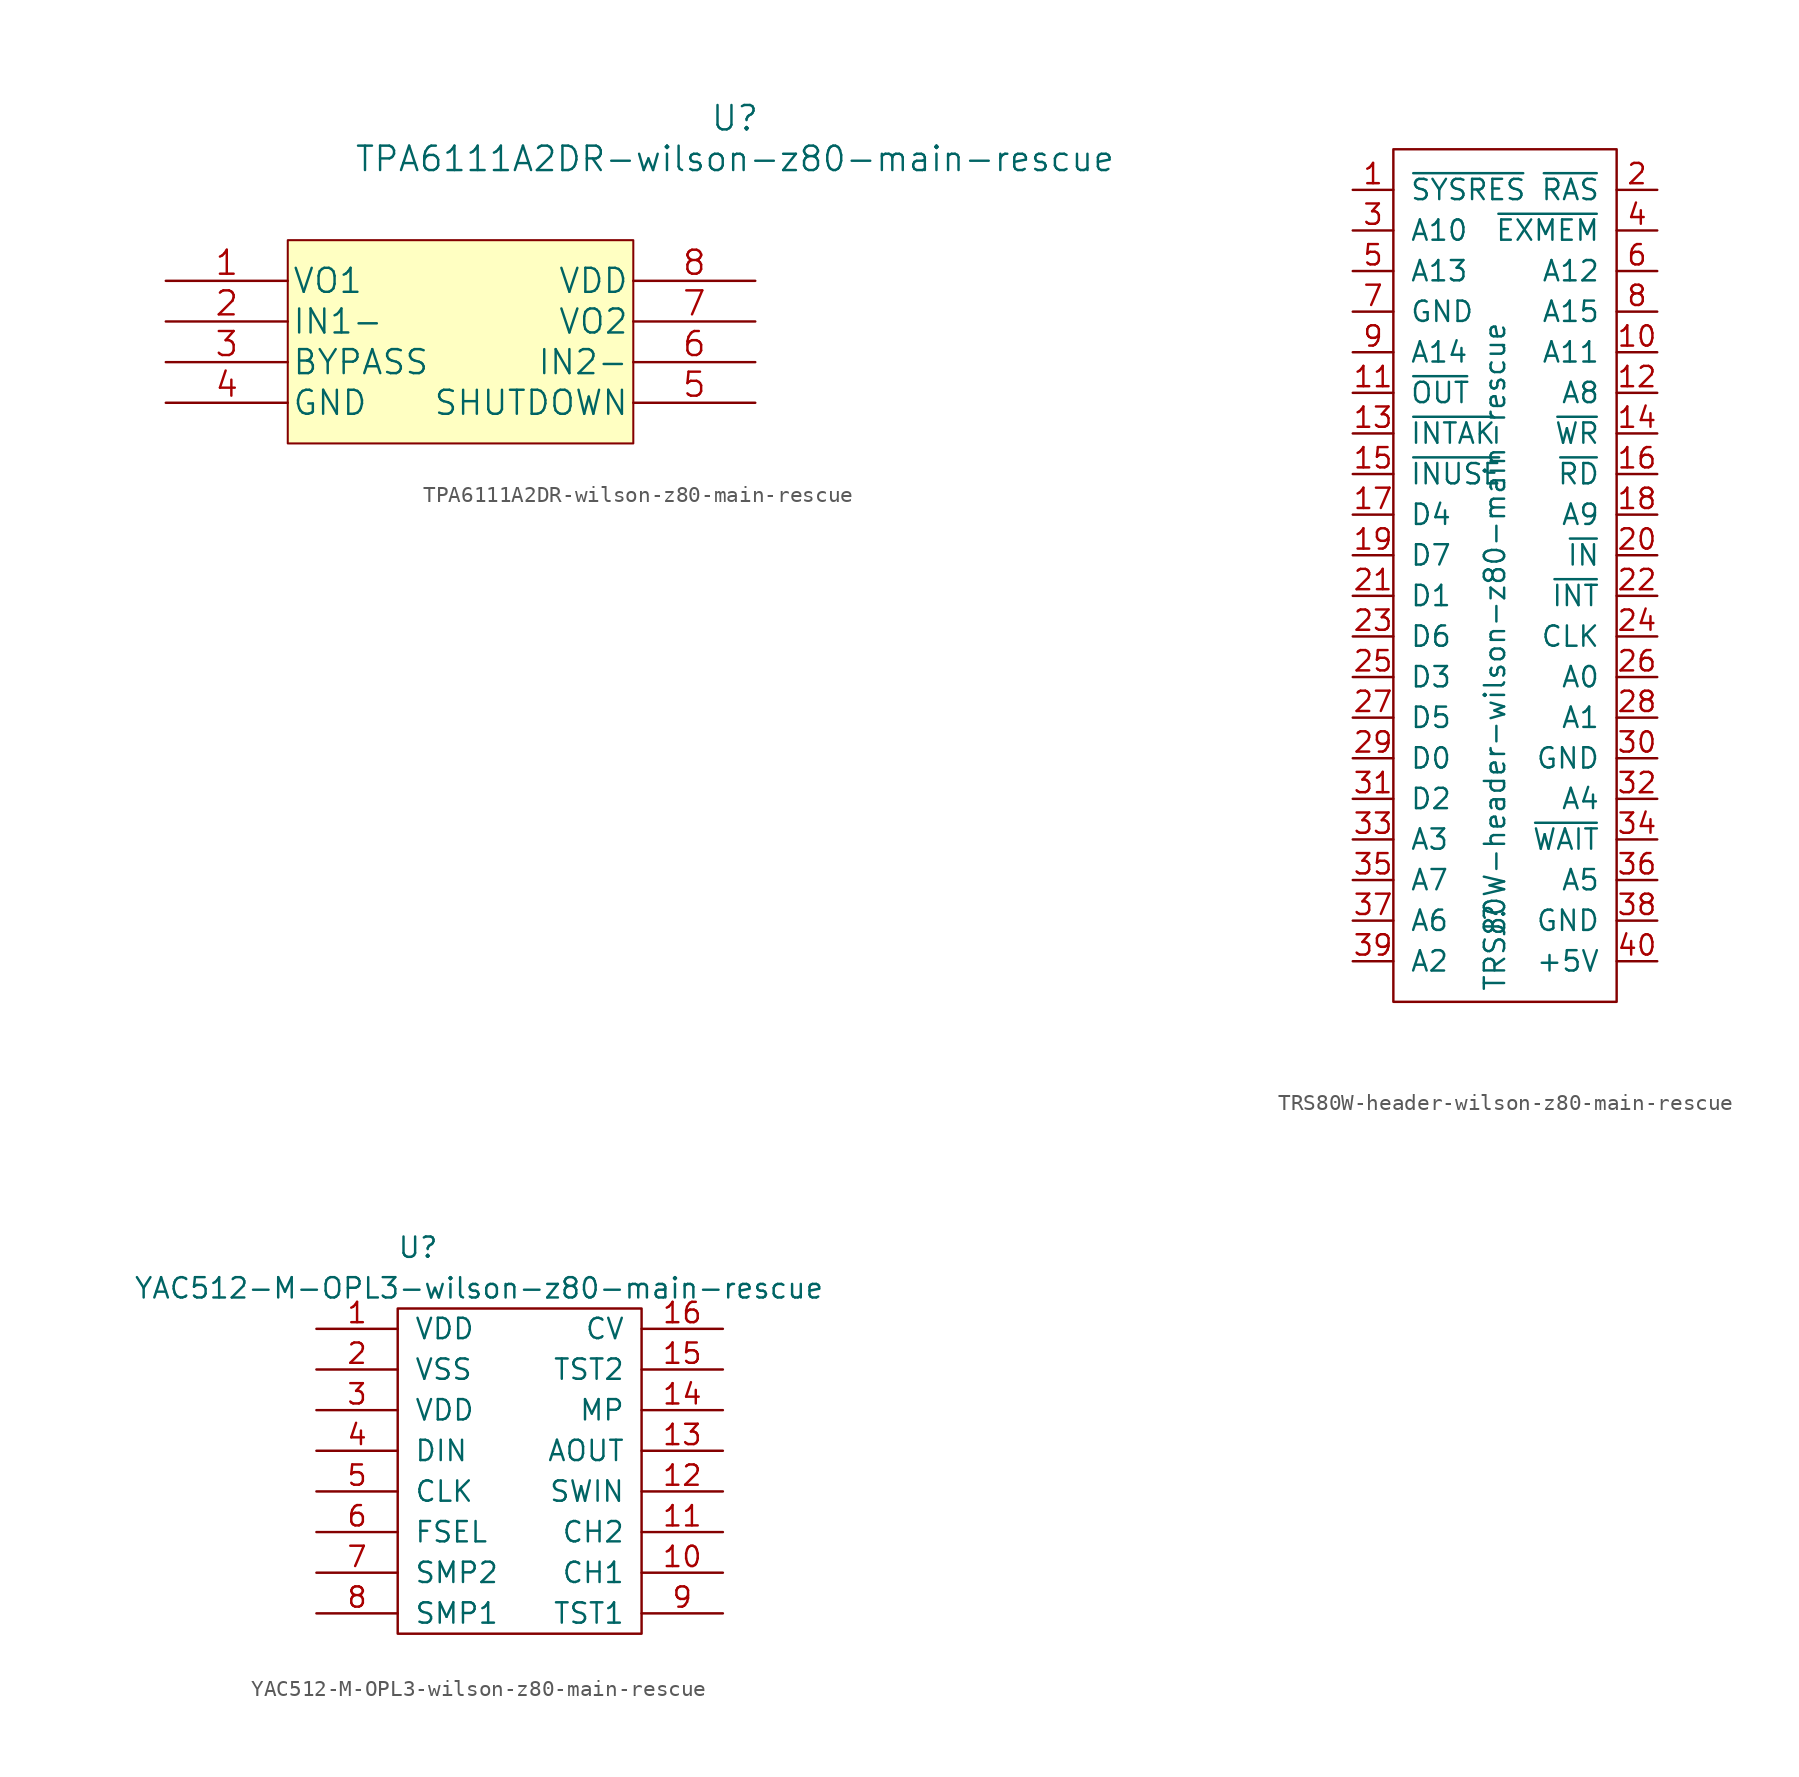
<source format=kicad_sym>
(kicad_symbol_lib
  (version 20220914)
  (generator kicad_symbol_editor)
  (symbol "TPA6111A2DR-wilson-z80-main-rescue"
    (pin_names
      (offset 0.254))
    (property "Reference" "U"
      (at 35.56 10.16 0)
      (effects (font (size 1.524 1.524))))
    (property "Value" "TPA6111A2DR-wilson-z80-main-rescue"
      (at 35.56 7.62 0)
      (effects (font (size 1.524 1.524))))
    (property "Datasheet" ""
      (at 0 0 0)
      (effects (font (size 1.524 1.524))))
    (symbol "TPA6111A2DR-wilson-z80-main-rescue_1_1"
      (rectangle (start 7.62 2.54) (end 29.21 -10.16) (stroke (width 0.127) (type solid)) (fill (type background)))
      (pin output line (at 0 0 0) (length 7.62) (name "VO1" (effects (font (size 1.499 1.499)))) (number "1" (effects (font (size 1.499 1.499)))))
      (pin input line (at 0 -2.54 0) (length 7.62) (name "IN1-" (effects (font (size 1.499 1.499)))) (number "2" (effects (font (size 1.499 1.499)))))
      (pin input line (at 0 -5.08 0) (length 7.62) (name "BYPASS" (effects (font (size 1.499 1.499)))) (number "3" (effects (font (size 1.499 1.499)))))
      (pin power_in line (at 0 -7.62 0) (length 7.62) (name "GND" (effects (font (size 1.499 1.499)))) (number "4" (effects (font (size 1.499 1.499)))))
      (pin input line (at 36.83 -7.62 180) (length 7.62) (name "SHUTDOWN" (effects (font (size 1.499 1.499)))) (number "5" (effects (font (size 1.499 1.499)))))
      (pin input line (at 36.83 -5.08 180) (length 7.62) (name "IN2-" (effects (font (size 1.499 1.499)))) (number "6" (effects (font (size 1.499 1.499)))))
      (pin output line (at 36.83 -2.54 180) (length 7.62) (name "VO2" (effects (font (size 1.499 1.499)))) (number "7" (effects (font (size 1.499 1.499)))))
      (pin power_in line (at 36.83 0 180) (length 7.62) (name "VDD" (effects (font (size 1.499 1.499)))) (number "8" (effects (font (size 1.499 1.499)))))))
  (symbol "TRS80W-header-wilson-z80-main-rescue"
    (pin_names
      (offset 1.016))
    (property "Reference" "J"
      (at 0 -22.86 90)
      (effects (font (size 1.27 1.27))))
    (property "Value" "TRS80W-header-wilson-z80-main-rescue"
      (at 0 -6.35 90)
      (effects (font (size 1.27 1.27))))
    (symbol "TRS80W-header-wilson-z80-main-rescue_0_1"
      (rectangle (start -6.35 25.4) (end 7.62 -27.94) (stroke (width 0) (type solid)) (fill (type none))))
    (symbol "TRS80W-header-wilson-z80-main-rescue_1_1"
      (pin passive line (at -8.89 22.86 0) (length 2.54) (name "~{SYSRES}" (effects (font (size 1.27 1.27)))) (number "1" (effects (font (size 1.27 1.27)))))
      (pin passive line (at 10.16 12.7 180) (length 2.54) (name "A11" (effects (font (size 1.27 1.27)))) (number "10" (effects (font (size 1.27 1.27)))))
      (pin passive line (at -8.89 10.16 0) (length 2.54) (name "~{OUT}" (effects (font (size 1.27 1.27)))) (number "11" (effects (font (size 1.27 1.27)))))
      (pin passive line (at 10.16 10.16 180) (length 2.54) (name "A8" (effects (font (size 1.27 1.27)))) (number "12" (effects (font (size 1.27 1.27)))))
      (pin passive line (at -8.89 7.62 0) (length 2.54) (name "~{INTAK}" (effects (font (size 1.27 1.27)))) (number "13" (effects (font (size 1.27 1.27)))))
      (pin passive line (at 10.16 7.62 180) (length 2.54) (name "~{WR}" (effects (font (size 1.27 1.27)))) (number "14" (effects (font (size 1.27 1.27)))))
      (pin passive line (at -8.89 5.08 0) (length 2.54) (name "~{INUSE}" (effects (font (size 1.27 1.27)))) (number "15" (effects (font (size 1.27 1.27)))))
      (pin passive line (at 10.16 5.08 180) (length 2.54) (name "~{RD}" (effects (font (size 1.27 1.27)))) (number "16" (effects (font (size 1.27 1.27)))))
      (pin passive line (at -8.89 2.54 0) (length 2.54) (name "D4" (effects (font (size 1.27 1.27)))) (number "17" (effects (font (size 1.27 1.27)))))
      (pin passive line (at 10.16 2.54 180) (length 2.54) (name "A9" (effects (font (size 1.27 1.27)))) (number "18" (effects (font (size 1.27 1.27)))))
      (pin passive line (at -8.89 0 0) (length 2.54) (name "D7" (effects (font (size 1.27 1.27)))) (number "19" (effects (font (size 1.27 1.27)))))
      (pin passive line (at 10.16 22.86 180) (length 2.54) (name "~{RAS}" (effects (font (size 1.27 1.27)))) (number "2" (effects (font (size 1.27 1.27)))))
      (pin passive line (at 10.16 0 180) (length 2.54) (name "~{IN}" (effects (font (size 1.27 1.27)))) (number "20" (effects (font (size 1.27 1.27)))))
      (pin passive line (at -8.89 -2.54 0) (length 2.54) (name "D1" (effects (font (size 1.27 1.27)))) (number "21" (effects (font (size 1.27 1.27)))))
      (pin passive line (at 10.16 -2.54 180) (length 2.54) (name "~{INT}" (effects (font (size 1.27 1.27)))) (number "22" (effects (font (size 1.27 1.27)))))
      (pin passive line (at -8.89 -5.08 0) (length 2.54) (name "D6" (effects (font (size 1.27 1.27)))) (number "23" (effects (font (size 1.27 1.27)))))
      (pin passive line (at 10.16 -5.08 180) (length 2.54) (name "CLK" (effects (font (size 1.27 1.27)))) (number "24" (effects (font (size 1.27 1.27)))))
      (pin passive line (at -8.89 -7.62 0) (length 2.54) (name "D3" (effects (font (size 1.27 1.27)))) (number "25" (effects (font (size 1.27 1.27)))))
      (pin passive line (at 10.16 -7.62 180) (length 2.54) (name "A0" (effects (font (size 1.27 1.27)))) (number "26" (effects (font (size 1.27 1.27)))))
      (pin passive line (at -8.89 -10.16 0) (length 2.54) (name "D5" (effects (font (size 1.27 1.27)))) (number "27" (effects (font (size 1.27 1.27)))))
      (pin passive line (at 10.16 -10.16 180) (length 2.54) (name "A1" (effects (font (size 1.27 1.27)))) (number "28" (effects (font (size 1.27 1.27)))))
      (pin passive line (at -8.89 -12.7 0) (length 2.54) (name "D0" (effects (font (size 1.27 1.27)))) (number "29" (effects (font (size 1.27 1.27)))))
      (pin passive line (at -8.89 20.32 0) (length 2.54) (name "A10" (effects (font (size 1.27 1.27)))) (number "3" (effects (font (size 1.27 1.27)))))
      (pin passive line (at 10.16 -12.7 180) (length 2.54) (name "GND" (effects (font (size 1.27 1.27)))) (number "30" (effects (font (size 1.27 1.27)))))
      (pin passive line (at -8.89 -15.24 0) (length 2.54) (name "D2" (effects (font (size 1.27 1.27)))) (number "31" (effects (font (size 1.27 1.27)))))
      (pin passive line (at 10.16 -15.24 180) (length 2.54) (name "A4" (effects (font (size 1.27 1.27)))) (number "32" (effects (font (size 1.27 1.27)))))
      (pin passive line (at -8.89 -17.78 0) (length 2.54) (name "A3" (effects (font (size 1.27 1.27)))) (number "33" (effects (font (size 1.27 1.27)))))
      (pin passive line (at 10.16 -17.78 180) (length 2.54) (name "~{WAIT}" (effects (font (size 1.27 1.27)))) (number "34" (effects (font (size 1.27 1.27)))))
      (pin passive line (at -8.89 -20.32 0) (length 2.54) (name "A7" (effects (font (size 1.27 1.27)))) (number "35" (effects (font (size 1.27 1.27)))))
      (pin passive line (at 10.16 -20.32 180) (length 2.54) (name "A5" (effects (font (size 1.27 1.27)))) (number "36" (effects (font (size 1.27 1.27)))))
      (pin passive line (at -8.89 -22.86 0) (length 2.54) (name "A6" (effects (font (size 1.27 1.27)))) (number "37" (effects (font (size 1.27 1.27)))))
      (pin passive line (at 10.16 -22.86 180) (length 2.54) (name "GND" (effects (font (size 1.27 1.27)))) (number "38" (effects (font (size 1.27 1.27)))))
      (pin passive line (at -8.89 -25.4 0) (length 2.54) (name "A2" (effects (font (size 1.27 1.27)))) (number "39" (effects (font (size 1.27 1.27)))))
      (pin passive line (at 10.16 20.32 180) (length 2.54) (name "~{EXMEM}" (effects (font (size 1.27 1.27)))) (number "4" (effects (font (size 1.27 1.27)))))
      (pin passive line (at 10.16 -25.4 180) (length 2.54) (name "+5V" (effects (font (size 1.27 1.27)))) (number "40" (effects (font (size 1.27 1.27)))))
      (pin passive line (at -8.89 17.78 0) (length 2.54) (name "A13" (effects (font (size 1.27 1.27)))) (number "5" (effects (font (size 1.27 1.27)))))
      (pin passive line (at 10.16 17.78 180) (length 2.54) (name "A12" (effects (font (size 1.27 1.27)))) (number "6" (effects (font (size 1.27 1.27)))))
      (pin passive line (at -8.89 15.24 0) (length 2.54) (name "GND" (effects (font (size 1.27 1.27)))) (number "7" (effects (font (size 1.27 1.27)))))
      (pin passive line (at 10.16 15.24 180) (length 2.54) (name "A15" (effects (font (size 1.27 1.27)))) (number "8" (effects (font (size 1.27 1.27)))))
      (pin passive line (at -8.89 12.7 0) (length 2.54) (name "A14" (effects (font (size 1.27 1.27)))) (number "9" (effects (font (size 1.27 1.27)))))))
  (symbol "YAC512-M-OPL3-wilson-z80-main-rescue"
    (pin_names
      (offset 1.016))
    (property "Reference" "U"
      (at 6.35 5.08 0)
      (effects (font (size 1.27 1.27))))
    (property "Value" "YAC512-M-OPL3-wilson-z80-main-rescue"
      (at 10.16 2.54 0)
      (effects (font (size 1.27 1.27))))
    (symbol "YAC512-M-OPL3-wilson-z80-main-rescue_0_1"
      (rectangle (start 5.08 1.27) (end 20.32 -19.05) (stroke (width 0) (type solid)) (fill (type none))))
    (symbol "YAC512-M-OPL3-wilson-z80-main-rescue_1_1"
      (pin input line (at 0 0 0) (length 5.08) (name "VDD" (effects (font (size 1.27 1.27)))) (number "1" (effects (font (size 1.27 1.27)))))
      (pin input line (at 25.4 -15.24 180) (length 5.08) (name "CH1" (effects (font (size 1.27 1.27)))) (number "10" (effects (font (size 1.27 1.27)))))
      (pin input line (at 25.4 -12.7 180) (length 5.08) (name "CH2" (effects (font (size 1.27 1.27)))) (number "11" (effects (font (size 1.27 1.27)))))
      (pin input line (at 25.4 -10.16 180) (length 5.08) (name "SWIN" (effects (font (size 1.27 1.27)))) (number "12" (effects (font (size 1.27 1.27)))))
      (pin input line (at 25.4 -7.62 180) (length 5.08) (name "AOUT" (effects (font (size 1.27 1.27)))) (number "13" (effects (font (size 1.27 1.27)))))
      (pin input line (at 25.4 -5.08 180) (length 5.08) (name "MP" (effects (font (size 1.27 1.27)))) (number "14" (effects (font (size 1.27 1.27)))))
      (pin input line (at 25.4 -2.54 180) (length 5.08) (name "TST2" (effects (font (size 1.27 1.27)))) (number "15" (effects (font (size 1.27 1.27)))))
      (pin input line (at 25.4 0 180) (length 5.08) (name "CV" (effects (font (size 1.27 1.27)))) (number "16" (effects (font (size 1.27 1.27)))))
      (pin input line (at 0 -2.54 0) (length 5.08) (name "VSS" (effects (font (size 1.27 1.27)))) (number "2" (effects (font (size 1.27 1.27)))))
      (pin input line (at 0 -5.08 0) (length 5.08) (name "VDD" (effects (font (size 1.27 1.27)))) (number "3" (effects (font (size 1.27 1.27)))))
      (pin input line (at 0 -7.62 0) (length 5.08) (name "DIN" (effects (font (size 1.27 1.27)))) (number "4" (effects (font (size 1.27 1.27)))))
      (pin input line (at 0 -10.16 0) (length 5.08) (name "CLK" (effects (font (size 1.27 1.27)))) (number "5" (effects (font (size 1.27 1.27)))))
      (pin input line (at 0 -12.7 0) (length 5.08) (name "FSEL" (effects (font (size 1.27 1.27)))) (number "6" (effects (font (size 1.27 1.27)))))
      (pin input line (at 0 -15.24 0) (length 5.08) (name "SMP2" (effects (font (size 1.27 1.27)))) (number "7" (effects (font (size 1.27 1.27)))))
      (pin input line (at 0 -17.78 0) (length 5.08) (name "SMP1" (effects (font (size 1.27 1.27)))) (number "8" (effects (font (size 1.27 1.27)))))
      (pin input line (at 25.4 -17.78 180) (length 5.08) (name "TST1" (effects (font (size 1.27 1.27)))) (number "9" (effects (font (size 1.27 1.27))))))))
</source>
